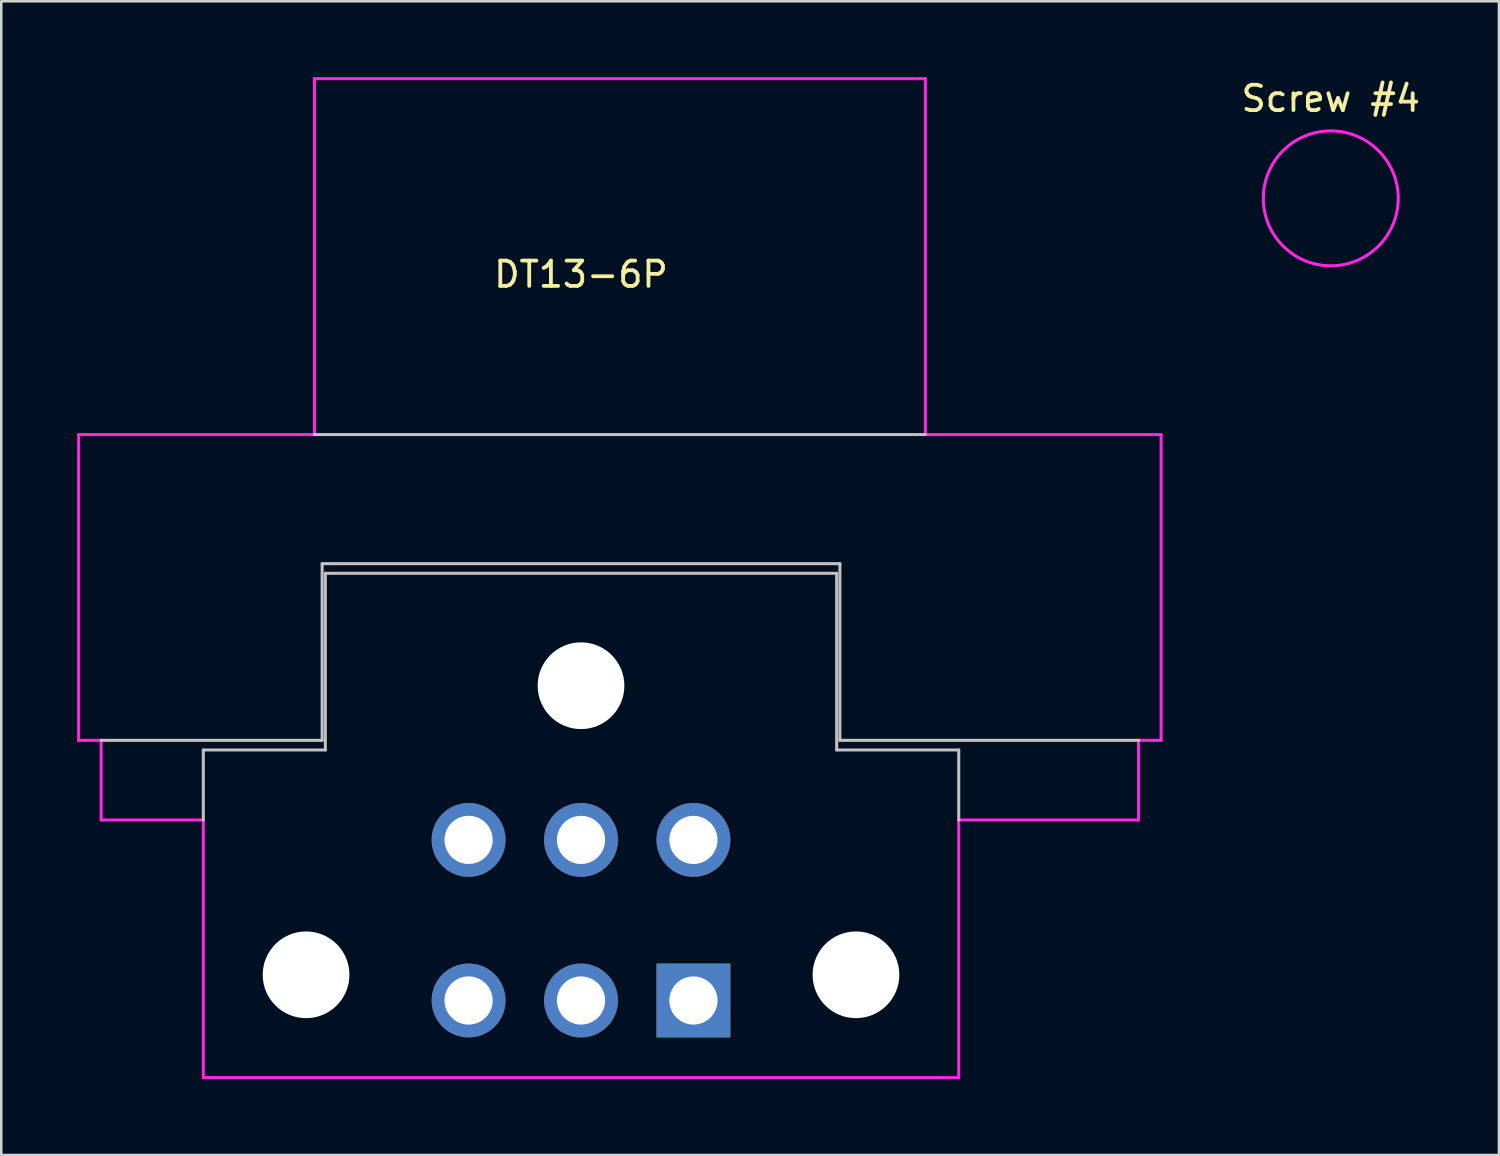
<source format=kicad_pcb>
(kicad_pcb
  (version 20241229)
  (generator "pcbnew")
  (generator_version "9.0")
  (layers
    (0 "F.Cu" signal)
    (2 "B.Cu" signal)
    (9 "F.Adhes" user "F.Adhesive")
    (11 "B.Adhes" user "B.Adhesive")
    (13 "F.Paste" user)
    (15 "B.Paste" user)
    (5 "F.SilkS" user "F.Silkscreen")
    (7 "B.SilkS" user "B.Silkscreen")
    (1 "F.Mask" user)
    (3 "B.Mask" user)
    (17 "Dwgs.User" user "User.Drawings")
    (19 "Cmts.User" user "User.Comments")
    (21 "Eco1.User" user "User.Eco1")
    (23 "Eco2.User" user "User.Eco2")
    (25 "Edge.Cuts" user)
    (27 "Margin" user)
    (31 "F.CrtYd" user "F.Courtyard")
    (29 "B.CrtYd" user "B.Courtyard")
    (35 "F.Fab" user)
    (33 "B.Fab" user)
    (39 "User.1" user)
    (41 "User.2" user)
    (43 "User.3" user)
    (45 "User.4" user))
  (footprint "Screw #4"
    (layer "F.Cu")
    (at 49.568 4.793)
    (property "Reference" "Screw #4" (at 0 -3.945 0) (layer "F.SilkS") (effects (font (size 1 1) (thickness 0.15))))
    (attr through_hole)
    (fp_circle (center 0 0) (end 2.667 0) (stroke (width 0.12) (type solid)) (fill no) (layer "F.CrtYd")))
  (footprint "DT13-6P"
    (layer "F.Cu")
    (at 19.923 33.334)
    (property "Reference" "DT13-6P" (at 0 -25.535 0) (layer "F.SilkS") (effects (font (size 1 1) (thickness 0.15))))
    (attr through_hole)
    (fp_line (start -18.974 -7.112) (end -10.236 -7.112) (stroke (width 0.12) (type solid)) (layer "Dwgs.User"))
    (fp_line (start -14.935 -6.731) (end -10.109 -6.731) (stroke (width 0.12) (type solid)) (layer "Dwgs.User"))
    (fp_line (start -14.935 -3.962) (end -14.935 -6.731) (stroke (width 0.12) (type solid)) (layer "Dwgs.User"))
    (fp_line (start -10.541 -19.202) (end 13.614 -19.202) (stroke (width 0.12) (type solid)) (layer "Dwgs.User"))
    (fp_line (start -10.236 -14.097) (end -10.236 -7.112) (stroke (width 0.12) (type solid)) (layer "Dwgs.User"))
    (fp_line (start -10.236 -14.097) (end 10.236 -14.097) (stroke (width 0.12) (type solid)) (layer "Dwgs.User"))
    (fp_line (start -10.109 -13.716) (end 10.109 -13.716) (stroke (width 0.12) (type solid)) (layer "Dwgs.User"))
    (fp_line (start -10.109 -6.731) (end -10.109 -13.716) (stroke (width 0.12) (type solid)) (layer "Dwgs.User"))
    (fp_line (start 10.109 -13.716) (end 10.109 -6.731) (stroke (width 0.12) (type solid)) (layer "Dwgs.User"))
    (fp_line (start 10.109 -6.731) (end 14.935 -6.731) (stroke (width 0.12) (type solid)) (layer "Dwgs.User"))
    (fp_line (start 10.236 -7.112) (end 10.236 -14.097) (stroke (width 0.12) (type solid)) (layer "Dwgs.User"))
    (fp_line (start 14.935 -3.962) (end 14.935 -6.731) (stroke (width 0.12) (type solid)) (layer "Dwgs.User"))
    (fp_line (start 22.047 -7.112) (end 10.236 -7.112) (stroke (width 0.12) (type solid)) (layer "Dwgs.User"))
    (fp_line (start -19.863 -19.202) (end -10.541 -19.202) (stroke (width 0.12) (type solid)) (layer "F.CrtYd"))
    (fp_line (start -19.863 -7.112) (end -19.863 -19.202) (stroke (width 0.12) (type solid)) (layer "F.CrtYd"))
    (fp_line (start -19.863 -7.112) (end -18.974 -7.112) (stroke (width 0.12) (type solid)) (layer "F.CrtYd"))
    (fp_line (start -18.974 -3.962) (end -18.974 -7.112) (stroke (width 0.12) (type solid)) (layer "F.CrtYd"))
    (fp_line (start -14.935 -3.962) (end -18.974 -3.962) (stroke (width 0.12) (type solid)) (layer "F.CrtYd"))
    (fp_line (start -14.935 6.223) (end -14.935 -3.962) (stroke (width 0.12) (type solid)) (layer "F.CrtYd"))
    (fp_line (start -14.935 6.223) (end 14.935 6.223) (stroke (width 0.12) (type solid)) (layer "F.CrtYd"))
    (fp_line (start -10.541 -33.274) (end 13.614 -33.274) (stroke (width 0.12) (type solid)) (layer "F.CrtYd"))
    (fp_line (start -10.541 -19.202) (end -10.541 -33.274) (stroke (width 0.12) (type solid)) (layer "F.CrtYd"))
    (fp_line (start 13.614 -19.202) (end 13.614 -33.274) (stroke (width 0.12) (type solid)) (layer "F.CrtYd"))
    (fp_line (start 13.614 -19.202) (end 22.936 -19.202) (stroke (width 0.12) (type solid)) (layer "F.CrtYd"))
    (fp_line (start 14.935 -3.962) (end 22.047 -3.962) (stroke (width 0.12) (type solid)) (layer "F.CrtYd"))
    (fp_line (start 14.935 6.223) (end 14.935 -3.962) (stroke (width 0.12) (type solid)) (layer "F.CrtYd"))
    (fp_line (start 22.047 -3.962) (end 22.047 -7.112) (stroke (width 0.12) (type solid)) (layer "F.CrtYd"))
    (fp_line (start 22.936 -7.112) (end 22.047 -7.112) (stroke (width 0.12) (type solid)) (layer "F.CrtYd"))
    (fp_line (start 22.936 -7.112) (end 22.936 -19.202) (stroke (width 0.12) (type solid)) (layer "F.CrtYd"))
    (pad "" np_thru_hole circle (at -10.871 2.159) (size 3.429 3.429) (drill 3.429) (layers "*.Cu" "*.Mask"))
    (pad "" np_thru_hole circle (at 0 -9.271) (size 3.429 3.429) (drill 3.429) (layers "*.Cu" "*.Mask"))
    (pad "" np_thru_hole circle (at 10.871 2.159) (size 3.429 3.429) (drill 3.429) (layers "*.Cu" "*.Mask"))
    (pad "1" thru_hole rect (at 4.445 3.175) (size 2.921 2.921) (drill 1.905) (layers "*.Cu" "*.Mask"))
    (pad "2" thru_hole circle (at 0 3.175) (size 2.921 2.921) (drill 1.905) (layers "*.Cu" "*.Mask"))
    (pad "3" thru_hole circle (at -4.445 3.175) (size 2.921 2.921) (drill 1.905) (layers "*.Cu" "*.Mask"))
    (pad "4" thru_hole circle (at -4.445 -3.175) (size 2.921 2.921) (drill 1.905) (layers "*.Cu" "*.Mask"))
    (pad "5" thru_hole circle (at 0 -3.175) (size 2.921 2.921) (drill 1.905) (layers "*.Cu" "*.Mask"))
    (pad "6" thru_hole circle (at 4.445 -3.175) (size 2.921 2.921) (drill 1.905) (layers "*.Cu" "*.Mask")))
  (gr_rect
    (start -3 -3)
    (end 56.217 42.617)
    (stroke (width 0.1) (type default))
    (fill no)
    (layer "Edge.Cuts")))
</source>
